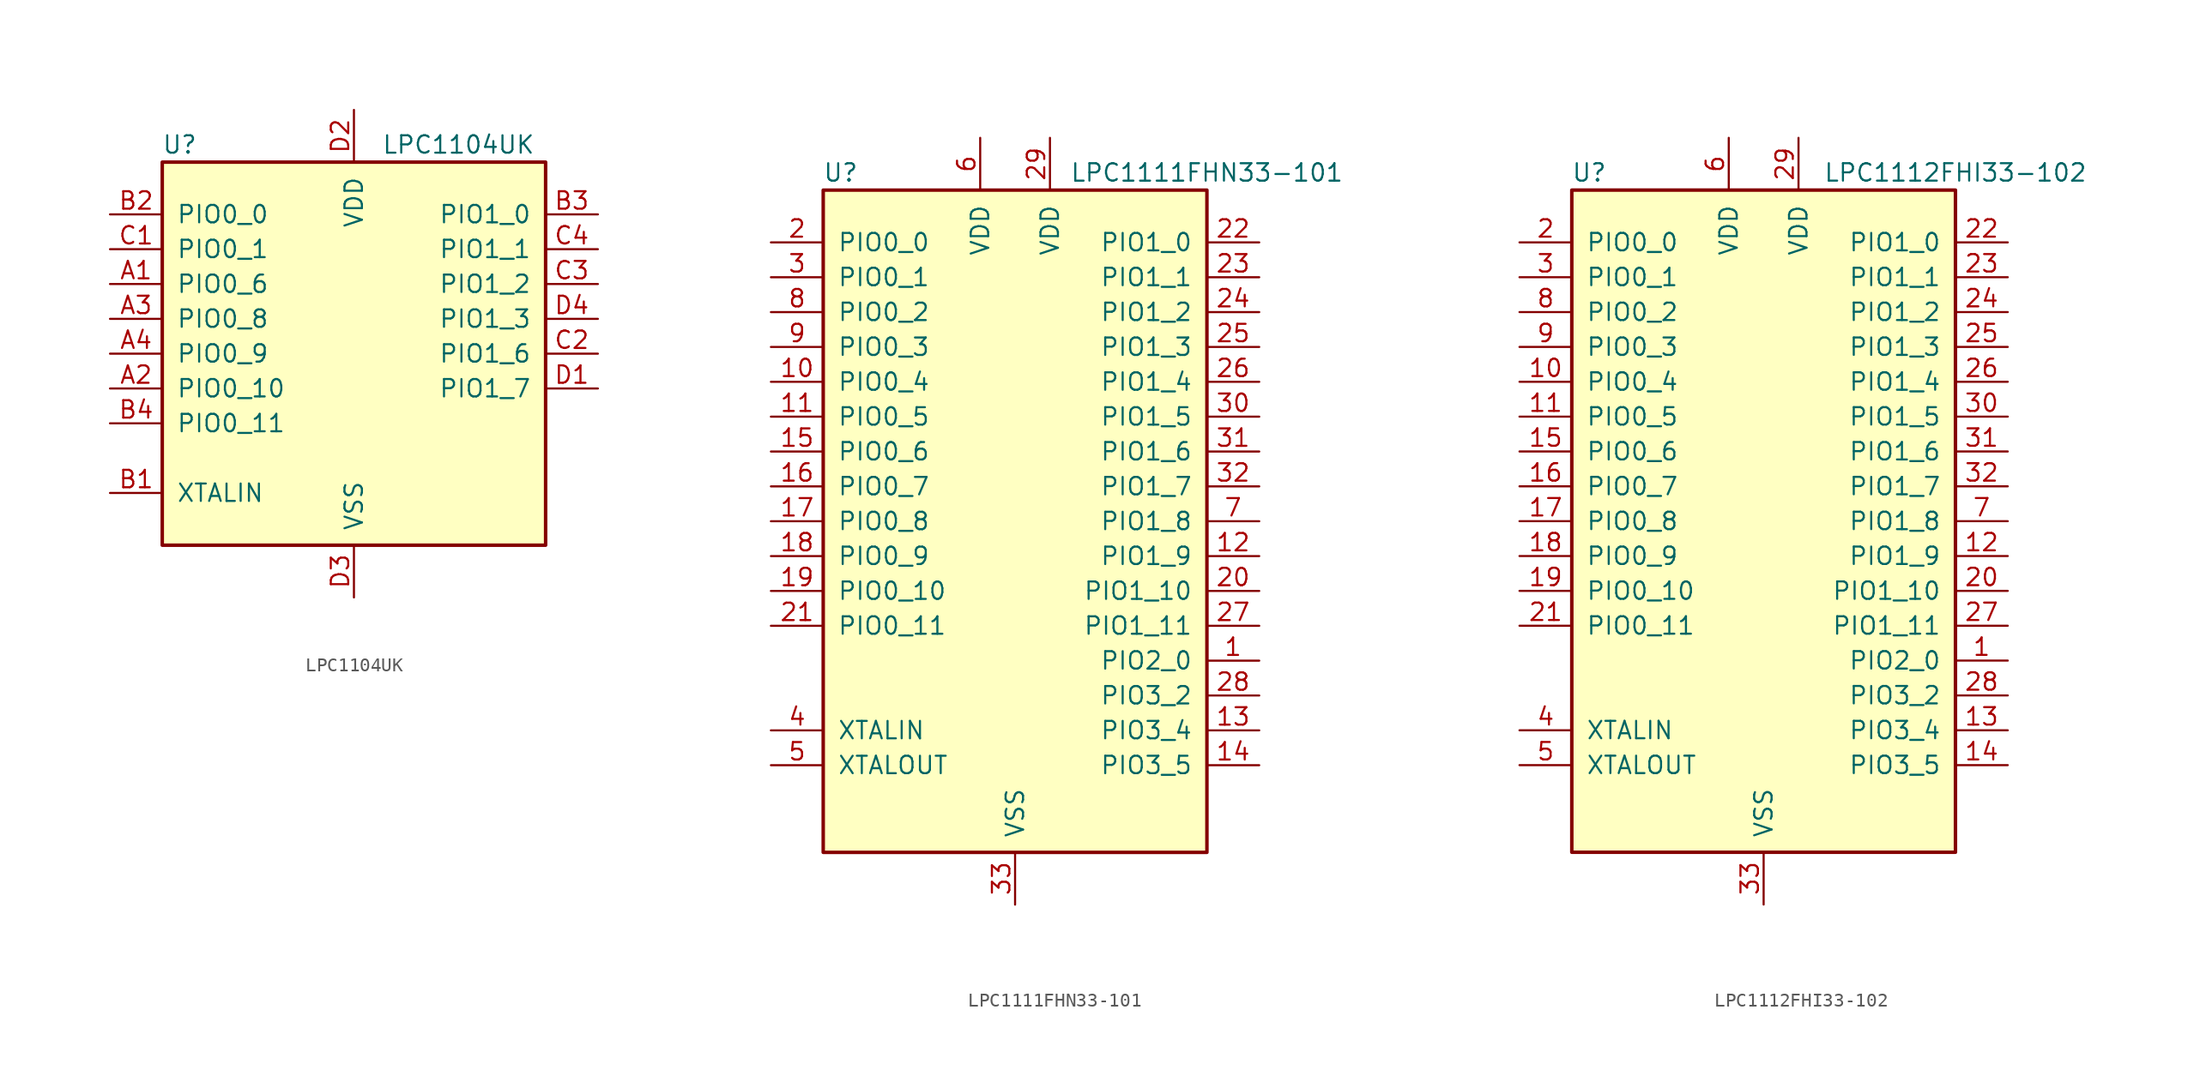
<source format=kicad_sym>
(kicad_symbol_lib
  (version 20201005)
  (generator kicad_symbol_editor)
  (symbol "MCU_NXP_LPC:LPC1104UK"
    (pin_names
      (offset 1.016))
    (property "Reference" "U"
      (at -12.7 15.24 0)
      (effects (font (size 1.27 1.27))))
    (property "Value" "LPC1104UK"
      (at 7.62 15.24 0)
      (effects (font (size 1.27 1.27))))
    (symbol "LPC1104UK_0_1"
      (rectangle (start -13.97 13.97) (end 13.97 -13.97) (stroke (width 0.254)) (fill (type background))))
    (symbol "LPC1104UK_1_1"
      (pin bidirectional line (at -17.78 5.08 0) (length 3.81) (name "PIO0_6" (effects (font (size 1.27 1.27)))) (number "A1" (effects (font (size 1.27 1.27)))))
      (pin bidirectional line (at -17.78 -2.54 0) (length 3.81) (name "PIO0_10" (effects (font (size 1.27 1.27)))) (number "A2" (effects (font (size 1.27 1.27)))))
      (pin bidirectional line (at -17.78 2.54 0) (length 3.81) (name "PIO0_8" (effects (font (size 1.27 1.27)))) (number "A3" (effects (font (size 1.27 1.27)))))
      (pin bidirectional line (at -17.78 0 0) (length 3.81) (name "PIO0_9" (effects (font (size 1.27 1.27)))) (number "A4" (effects (font (size 1.27 1.27)))))
      (pin input line (at -17.78 -10.16 0) (length 3.81) (name "XTALIN" (effects (font (size 1.27 1.27)))) (number "B1" (effects (font (size 1.27 1.27)))))
      (pin bidirectional line (at -17.78 10.16 0) (length 3.81) (name "PIO0_0" (effects (font (size 1.27 1.27)))) (number "B2" (effects (font (size 1.27 1.27)))))
      (pin bidirectional line (at 17.78 10.16 180) (length 3.81) (name "PIO1_0" (effects (font (size 1.27 1.27)))) (number "B3" (effects (font (size 1.27 1.27)))))
      (pin bidirectional line (at -17.78 -5.08 0) (length 3.81) (name "PIO0_11" (effects (font (size 1.27 1.27)))) (number "B4" (effects (font (size 1.27 1.27)))))
      (pin bidirectional line (at -17.78 7.62 0) (length 3.81) (name "PIO0_1" (effects (font (size 1.27 1.27)))) (number "C1" (effects (font (size 1.27 1.27)))))
      (pin bidirectional line (at 17.78 0 180) (length 3.81) (name "PIO1_6" (effects (font (size 1.27 1.27)))) (number "C2" (effects (font (size 1.27 1.27)))))
      (pin bidirectional line (at 17.78 5.08 180) (length 3.81) (name "PIO1_2" (effects (font (size 1.27 1.27)))) (number "C3" (effects (font (size 1.27 1.27)))))
      (pin bidirectional line (at 17.78 7.62 180) (length 3.81) (name "PIO1_1" (effects (font (size 1.27 1.27)))) (number "C4" (effects (font (size 1.27 1.27)))))
      (pin bidirectional line (at 17.78 -2.54 180) (length 3.81) (name "PIO1_7" (effects (font (size 1.27 1.27)))) (number "D1" (effects (font (size 1.27 1.27)))))
      (pin power_in line (at 0 17.78 270) (length 3.81) (name "VDD" (effects (font (size 1.27 1.27)))) (number "D2" (effects (font (size 1.27 1.27)))))
      (pin power_in line (at 0 -17.78 90) (length 3.81) (name "VSS" (effects (font (size 1.27 1.27)))) (number "D3" (effects (font (size 1.27 1.27)))))
      (pin bidirectional line (at 17.78 2.54 180) (length 3.81) (name "PIO1_3" (effects (font (size 1.27 1.27)))) (number "D4" (effects (font (size 1.27 1.27)))))))
  (symbol "MCU_NXP_LPC:LPC1111FHN33-101"
    (pin_names
      (offset 1.016))
    (property "Reference" "U"
      (at -12.7 25.4 0)
      (effects (font (size 1.27 1.27))))
    (property "Value" "LPC1111FHN33-101"
      (at 13.97 25.4 0)
      (effects (font (size 1.27 1.27))))
    (symbol "LPC1111FHN33-101_0_1"
      (rectangle (start -13.97 24.13) (end 13.97 -24.13) (stroke (width 0.254)) (fill (type background))))
    (symbol "LPC1111FHN33-101_1_1"
      (pin bidirectional line (at 17.78 -10.16 180) (length 3.81) (name "PIO2_0" (effects (font (size 1.27 1.27)))) (number "1" (effects (font (size 1.27 1.27)))))
      (pin bidirectional line (at -17.78 10.16 0) (length 3.81) (name "PIO0_4" (effects (font (size 1.27 1.27)))) (number "10" (effects (font (size 1.27 1.27)))))
      (pin bidirectional line (at -17.78 7.62 0) (length 3.81) (name "PIO0_5" (effects (font (size 1.27 1.27)))) (number "11" (effects (font (size 1.27 1.27)))))
      (pin bidirectional line (at 17.78 -2.54 180) (length 3.81) (name "PIO1_9" (effects (font (size 1.27 1.27)))) (number "12" (effects (font (size 1.27 1.27)))))
      (pin bidirectional line (at 17.78 -15.24 180) (length 3.81) (name "PIO3_4" (effects (font (size 1.27 1.27)))) (number "13" (effects (font (size 1.27 1.27)))))
      (pin bidirectional line (at 17.78 -17.78 180) (length 3.81) (name "PIO3_5" (effects (font (size 1.27 1.27)))) (number "14" (effects (font (size 1.27 1.27)))))
      (pin bidirectional line (at -17.78 5.08 0) (length 3.81) (name "PIO0_6" (effects (font (size 1.27 1.27)))) (number "15" (effects (font (size 1.27 1.27)))))
      (pin bidirectional line (at -17.78 2.54 0) (length 3.81) (name "PIO0_7" (effects (font (size 1.27 1.27)))) (number "16" (effects (font (size 1.27 1.27)))))
      (pin bidirectional line (at -17.78 0 0) (length 3.81) (name "PIO0_8" (effects (font (size 1.27 1.27)))) (number "17" (effects (font (size 1.27 1.27)))))
      (pin bidirectional line (at -17.78 -2.54 0) (length 3.81) (name "PIO0_9" (effects (font (size 1.27 1.27)))) (number "18" (effects (font (size 1.27 1.27)))))
      (pin bidirectional line (at -17.78 -5.08 0) (length 3.81) (name "PIO0_10" (effects (font (size 1.27 1.27)))) (number "19" (effects (font (size 1.27 1.27)))))
      (pin bidirectional line (at -17.78 20.32 0) (length 3.81) (name "PIO0_0" (effects (font (size 1.27 1.27)))) (number "2" (effects (font (size 1.27 1.27)))))
      (pin bidirectional line (at 17.78 -5.08 180) (length 3.81) (name "PIO1_10" (effects (font (size 1.27 1.27)))) (number "20" (effects (font (size 1.27 1.27)))))
      (pin bidirectional line (at -17.78 -7.62 0) (length 3.81) (name "PIO0_11" (effects (font (size 1.27 1.27)))) (number "21" (effects (font (size 1.27 1.27)))))
      (pin bidirectional line (at 17.78 20.32 180) (length 3.81) (name "PIO1_0" (effects (font (size 1.27 1.27)))) (number "22" (effects (font (size 1.27 1.27)))))
      (pin bidirectional line (at 17.78 17.78 180) (length 3.81) (name "PIO1_1" (effects (font (size 1.27 1.27)))) (number "23" (effects (font (size 1.27 1.27)))))
      (pin bidirectional line (at 17.78 15.24 180) (length 3.81) (name "PIO1_2" (effects (font (size 1.27 1.27)))) (number "24" (effects (font (size 1.27 1.27)))))
      (pin bidirectional line (at 17.78 12.7 180) (length 3.81) (name "PIO1_3" (effects (font (size 1.27 1.27)))) (number "25" (effects (font (size 1.27 1.27)))))
      (pin bidirectional line (at 17.78 10.16 180) (length 3.81) (name "PIO1_4" (effects (font (size 1.27 1.27)))) (number "26" (effects (font (size 1.27 1.27)))))
      (pin bidirectional line (at 17.78 -7.62 180) (length 3.81) (name "PIO1_11" (effects (font (size 1.27 1.27)))) (number "27" (effects (font (size 1.27 1.27)))))
      (pin bidirectional line (at 17.78 -12.7 180) (length 3.81) (name "PIO3_2" (effects (font (size 1.27 1.27)))) (number "28" (effects (font (size 1.27 1.27)))))
      (pin power_in line (at 2.54 27.94 270) (length 3.81) (name "VDD" (effects (font (size 1.27 1.27)))) (number "29" (effects (font (size 1.27 1.27)))))
      (pin bidirectional line (at -17.78 17.78 0) (length 3.81) (name "PIO0_1" (effects (font (size 1.27 1.27)))) (number "3" (effects (font (size 1.27 1.27)))))
      (pin bidirectional line (at 17.78 7.62 180) (length 3.81) (name "PIO1_5" (effects (font (size 1.27 1.27)))) (number "30" (effects (font (size 1.27 1.27)))))
      (pin bidirectional line (at 17.78 5.08 180) (length 3.81) (name "PIO1_6" (effects (font (size 1.27 1.27)))) (number "31" (effects (font (size 1.27 1.27)))))
      (pin bidirectional line (at 17.78 2.54 180) (length 3.81) (name "PIO1_7" (effects (font (size 1.27 1.27)))) (number "32" (effects (font (size 1.27 1.27)))))
      (pin power_in line (at 0 -27.94 90) (length 3.81) (name "VSS" (effects (font (size 1.27 1.27)))) (number "33" (effects (font (size 1.27 1.27)))))
      (pin input line (at -17.78 -15.24 0) (length 3.81) (name "XTALIN" (effects (font (size 1.27 1.27)))) (number "4" (effects (font (size 1.27 1.27)))))
      (pin output line (at -17.78 -17.78 0) (length 3.81) (name "XTALOUT" (effects (font (size 1.27 1.27)))) (number "5" (effects (font (size 1.27 1.27)))))
      (pin power_in line (at -2.54 27.94 270) (length 3.81) (name "VDD" (effects (font (size 1.27 1.27)))) (number "6" (effects (font (size 1.27 1.27)))))
      (pin bidirectional line (at 17.78 0 180) (length 3.81) (name "PIO1_8" (effects (font (size 1.27 1.27)))) (number "7" (effects (font (size 1.27 1.27)))))
      (pin bidirectional line (at -17.78 15.24 0) (length 3.81) (name "PIO0_2" (effects (font (size 1.27 1.27)))) (number "8" (effects (font (size 1.27 1.27)))))
      (pin bidirectional line (at -17.78 12.7 0) (length 3.81) (name "PIO0_3" (effects (font (size 1.27 1.27)))) (number "9" (effects (font (size 1.27 1.27)))))))
  (symbol "MCU_NXP_LPC:LPC1112FHI33-102"
    (pin_names
      (offset 1.016))
    (property "Reference" "U"
      (at -12.7 25.4 0)
      (effects (font (size 1.27 1.27))))
    (property "Value" "LPC1112FHI33-102"
      (at 13.97 25.4 0)
      (effects (font (size 1.27 1.27))))
    (symbol "LPC1112FHI33-102_0_1"
      (rectangle (start -13.97 24.13) (end 13.97 -24.13) (stroke (width 0.254)) (fill (type background))))
    (symbol "LPC1112FHI33-102_1_1"
      (pin bidirectional line (at 17.78 -10.16 180) (length 3.81) (name "PIO2_0" (effects (font (size 1.27 1.27)))) (number "1" (effects (font (size 1.27 1.27)))))
      (pin bidirectional line (at -17.78 10.16 0) (length 3.81) (name "PIO0_4" (effects (font (size 1.27 1.27)))) (number "10" (effects (font (size 1.27 1.27)))))
      (pin bidirectional line (at -17.78 7.62 0) (length 3.81) (name "PIO0_5" (effects (font (size 1.27 1.27)))) (number "11" (effects (font (size 1.27 1.27)))))
      (pin bidirectional line (at 17.78 -2.54 180) (length 3.81) (name "PIO1_9" (effects (font (size 1.27 1.27)))) (number "12" (effects (font (size 1.27 1.27)))))
      (pin bidirectional line (at 17.78 -15.24 180) (length 3.81) (name "PIO3_4" (effects (font (size 1.27 1.27)))) (number "13" (effects (font (size 1.27 1.27)))))
      (pin bidirectional line (at 17.78 -17.78 180) (length 3.81) (name "PIO3_5" (effects (font (size 1.27 1.27)))) (number "14" (effects (font (size 1.27 1.27)))))
      (pin bidirectional line (at -17.78 5.08 0) (length 3.81) (name "PIO0_6" (effects (font (size 1.27 1.27)))) (number "15" (effects (font (size 1.27 1.27)))))
      (pin bidirectional line (at -17.78 2.54 0) (length 3.81) (name "PIO0_7" (effects (font (size 1.27 1.27)))) (number "16" (effects (font (size 1.27 1.27)))))
      (pin bidirectional line (at -17.78 0 0) (length 3.81) (name "PIO0_8" (effects (font (size 1.27 1.27)))) (number "17" (effects (font (size 1.27 1.27)))))
      (pin bidirectional line (at -17.78 -2.54 0) (length 3.81) (name "PIO0_9" (effects (font (size 1.27 1.27)))) (number "18" (effects (font (size 1.27 1.27)))))
      (pin bidirectional line (at -17.78 -5.08 0) (length 3.81) (name "PIO0_10" (effects (font (size 1.27 1.27)))) (number "19" (effects (font (size 1.27 1.27)))))
      (pin bidirectional line (at -17.78 20.32 0) (length 3.81) (name "PIO0_0" (effects (font (size 1.27 1.27)))) (number "2" (effects (font (size 1.27 1.27)))))
      (pin bidirectional line (at 17.78 -5.08 180) (length 3.81) (name "PIO1_10" (effects (font (size 1.27 1.27)))) (number "20" (effects (font (size 1.27 1.27)))))
      (pin bidirectional line (at -17.78 -7.62 0) (length 3.81) (name "PIO0_11" (effects (font (size 1.27 1.27)))) (number "21" (effects (font (size 1.27 1.27)))))
      (pin bidirectional line (at 17.78 20.32 180) (length 3.81) (name "PIO1_0" (effects (font (size 1.27 1.27)))) (number "22" (effects (font (size 1.27 1.27)))))
      (pin bidirectional line (at 17.78 17.78 180) (length 3.81) (name "PIO1_1" (effects (font (size 1.27 1.27)))) (number "23" (effects (font (size 1.27 1.27)))))
      (pin bidirectional line (at 17.78 15.24 180) (length 3.81) (name "PIO1_2" (effects (font (size 1.27 1.27)))) (number "24" (effects (font (size 1.27 1.27)))))
      (pin bidirectional line (at 17.78 12.7 180) (length 3.81) (name "PIO1_3" (effects (font (size 1.27 1.27)))) (number "25" (effects (font (size 1.27 1.27)))))
      (pin bidirectional line (at 17.78 10.16 180) (length 3.81) (name "PIO1_4" (effects (font (size 1.27 1.27)))) (number "26" (effects (font (size 1.27 1.27)))))
      (pin bidirectional line (at 17.78 -7.62 180) (length 3.81) (name "PIO1_11" (effects (font (size 1.27 1.27)))) (number "27" (effects (font (size 1.27 1.27)))))
      (pin bidirectional line (at 17.78 -12.7 180) (length 3.81) (name "PIO3_2" (effects (font (size 1.27 1.27)))) (number "28" (effects (font (size 1.27 1.27)))))
      (pin power_in line (at 2.54 27.94 270) (length 3.81) (name "VDD" (effects (font (size 1.27 1.27)))) (number "29" (effects (font (size 1.27 1.27)))))
      (pin bidirectional line (at -17.78 17.78 0) (length 3.81) (name "PIO0_1" (effects (font (size 1.27 1.27)))) (number "3" (effects (font (size 1.27 1.27)))))
      (pin bidirectional line (at 17.78 7.62 180) (length 3.81) (name "PIO1_5" (effects (font (size 1.27 1.27)))) (number "30" (effects (font (size 1.27 1.27)))))
      (pin bidirectional line (at 17.78 5.08 180) (length 3.81) (name "PIO1_6" (effects (font (size 1.27 1.27)))) (number "31" (effects (font (size 1.27 1.27)))))
      (pin bidirectional line (at 17.78 2.54 180) (length 3.81) (name "PIO1_7" (effects (font (size 1.27 1.27)))) (number "32" (effects (font (size 1.27 1.27)))))
      (pin power_in line (at 0 -27.94 90) (length 3.81) (name "VSS" (effects (font (size 1.27 1.27)))) (number "33" (effects (font (size 1.27 1.27)))))
      (pin input line (at -17.78 -15.24 0) (length 3.81) (name "XTALIN" (effects (font (size 1.27 1.27)))) (number "4" (effects (font (size 1.27 1.27)))))
      (pin output line (at -17.78 -17.78 0) (length 3.81) (name "XTALOUT" (effects (font (size 1.27 1.27)))) (number "5" (effects (font (size 1.27 1.27)))))
      (pin power_in line (at -2.54 27.94 270) (length 3.81) (name "VDD" (effects (font (size 1.27 1.27)))) (number "6" (effects (font (size 1.27 1.27)))))
      (pin bidirectional line (at 17.78 0 180) (length 3.81) (name "PIO1_8" (effects (font (size 1.27 1.27)))) (number "7" (effects (font (size 1.27 1.27)))))
      (pin bidirectional line (at -17.78 15.24 0) (length 3.81) (name "PIO0_2" (effects (font (size 1.27 1.27)))) (number "8" (effects (font (size 1.27 1.27)))))
      (pin bidirectional line (at -17.78 12.7 0) (length 3.81) (name "PIO0_3" (effects (font (size 1.27 1.27)))) (number "9" (effects (font (size 1.27 1.27))))))))
</source>
